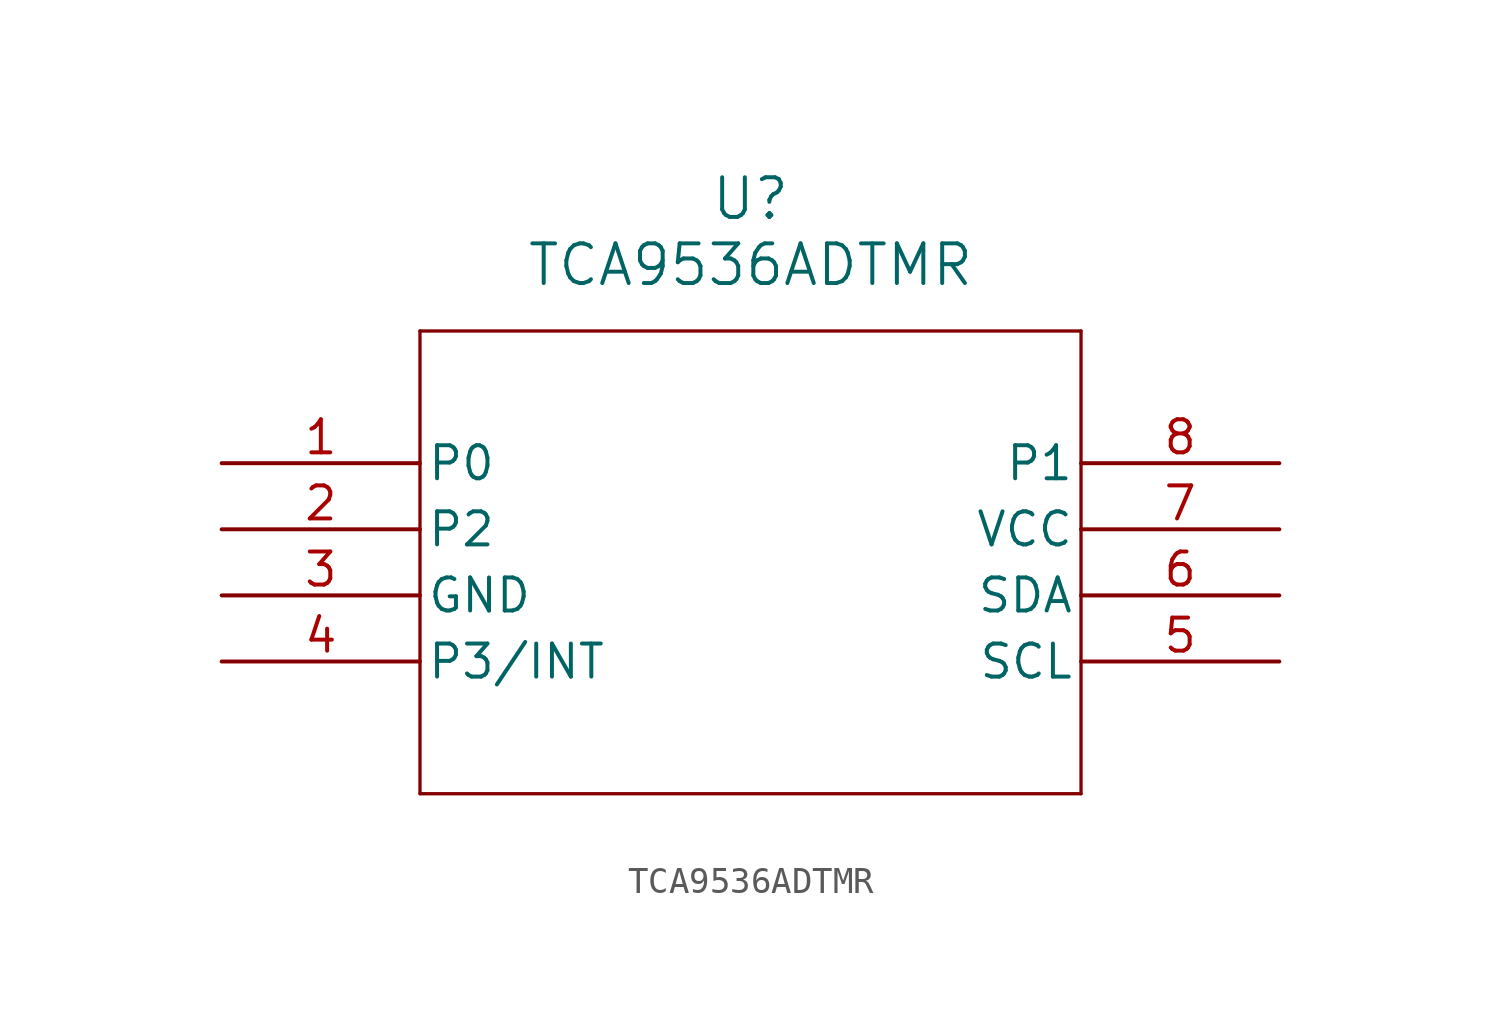
<source format=kicad_sym>
(kicad_symbol_lib
  (version 20220914)
  (generator kicad_symbol_editor)
  (symbol "TCA9536ADTMR"
    (pin_names
      (offset 0.254))
    (property "Reference" "U"
      (at 20.32 10.16 0)
      (effects (font (size 1.524 1.524))))
    (property "Value" "TCA9536ADTMR"
      (at 20.32 7.62 0)
      (effects (font (size 1.524 1.524))))
    (symbol "TCA9536ADTMR_0_1"
      (polyline (pts (xy 7.62 5.08) (xy 7.62 -12.7)) (stroke (width 0.127) (type default) (color 0 0 0 0)) (fill (type none)))
      (polyline (pts (xy 7.62 -12.7) (xy 33.02 -12.7)) (stroke (width 0.127) (type default) (color 0 0 0 0)) (fill (type none)))
      (polyline (pts (xy 33.02 -12.7) (xy 33.02 5.08)) (stroke (width 0.127) (type default) (color 0 0 0 0)) (fill (type none)))
      (polyline (pts (xy 33.02 5.08) (xy 7.62 5.08)) (stroke (width 0.127) (type default) (color 0 0 0 0)) (fill (type none)))
      (pin bidirectional line (at 0 0 0) (length 7.62) (name "P0" (effects (font (size 1.27 1.27)))) (number "1" (effects (font (size 1.27 1.27)))))
      (pin bidirectional line (at 0 -2.54 0) (length 7.62) (name "P2" (effects (font (size 1.27 1.27)))) (number "2" (effects (font (size 1.27 1.27)))))
      (pin power_out line (at 0 -5.08 0) (length 7.62) (name "GND" (effects (font (size 1.27 1.27)))) (number "3" (effects (font (size 1.27 1.27)))))
      (pin bidirectional line (at 0 -7.62 0) (length 7.62) (name "P3/INT" (effects (font (size 1.27 1.27)))) (number "4" (effects (font (size 1.27 1.27)))))
      (pin bidirectional line (at 40.64 -7.62 180) (length 7.62) (name "SCL" (effects (font (size 1.27 1.27)))) (number "5" (effects (font (size 1.27 1.27)))))
      (pin bidirectional line (at 40.64 -5.08 180) (length 7.62) (name "SDA" (effects (font (size 1.27 1.27)))) (number "6" (effects (font (size 1.27 1.27)))))
      (pin power_in line (at 40.64 -2.54 180) (length 7.62) (name "VCC" (effects (font (size 1.27 1.27)))) (number "7" (effects (font (size 1.27 1.27)))))
      (pin bidirectional line (at 40.64 0 180) (length 7.62) (name "P1" (effects (font (size 1.27 1.27)))) (number "8" (effects (font (size 1.27 1.27))))))))
</source>
